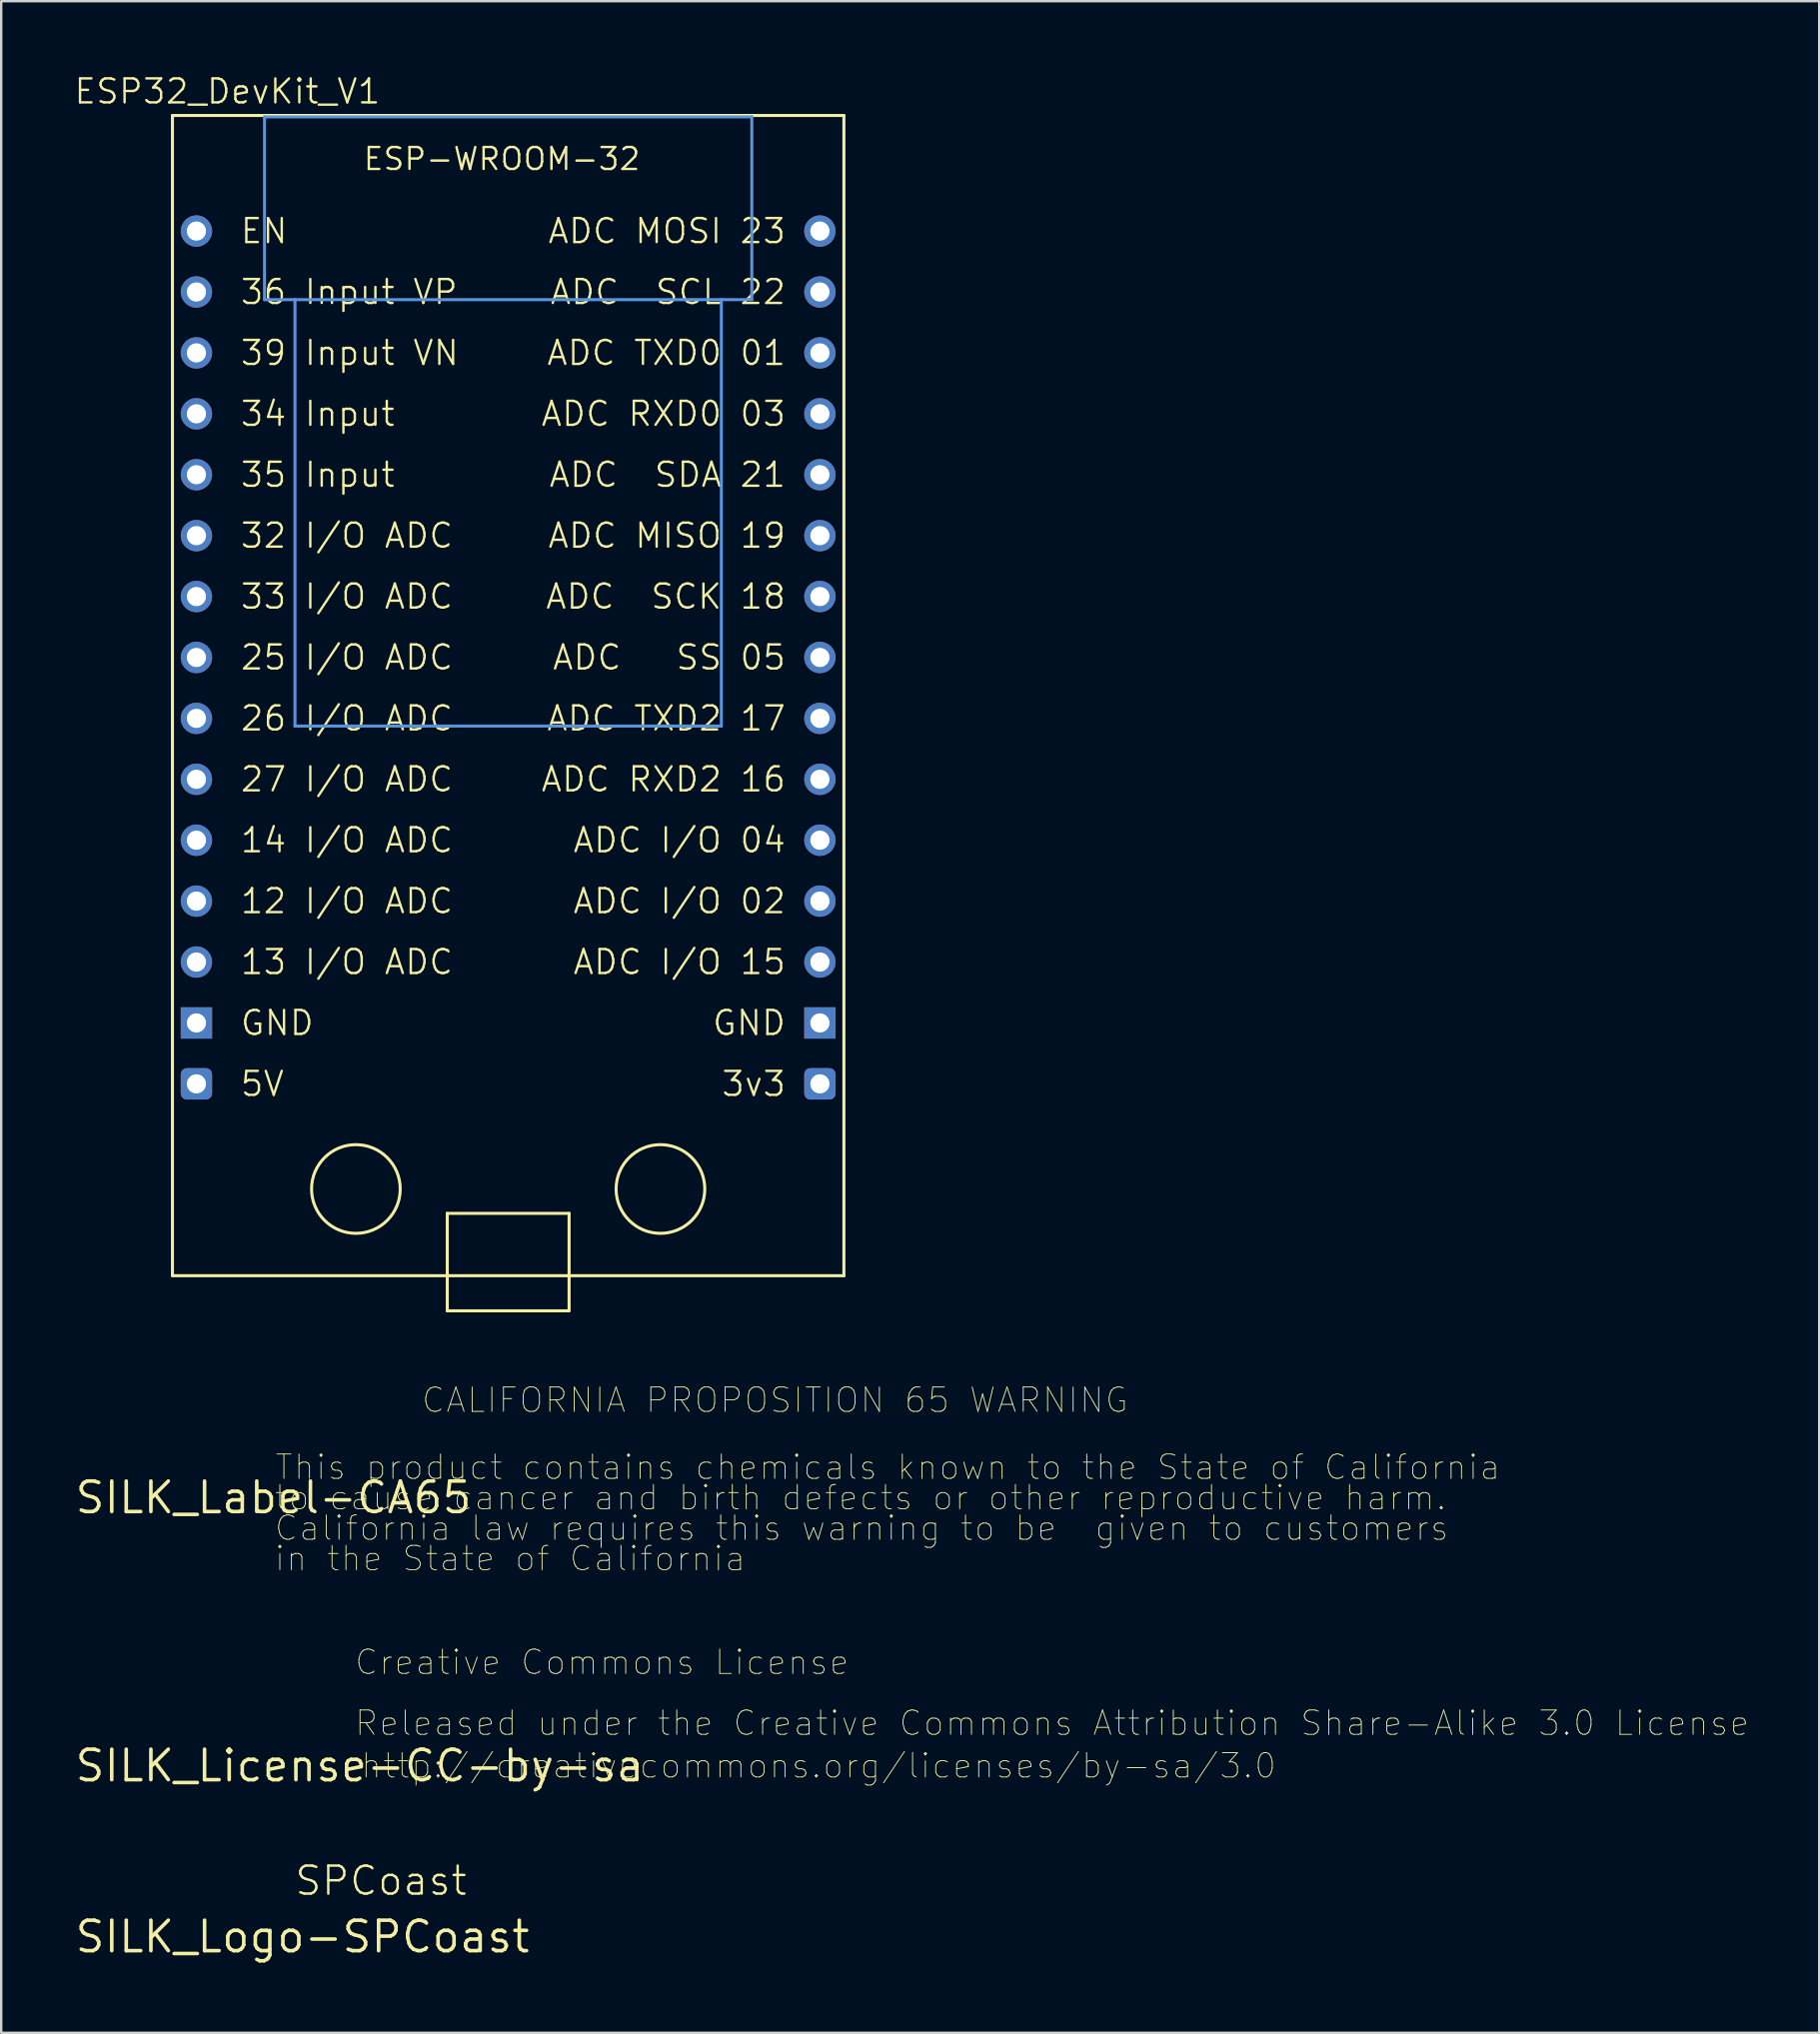
<source format=kicad_pcb>
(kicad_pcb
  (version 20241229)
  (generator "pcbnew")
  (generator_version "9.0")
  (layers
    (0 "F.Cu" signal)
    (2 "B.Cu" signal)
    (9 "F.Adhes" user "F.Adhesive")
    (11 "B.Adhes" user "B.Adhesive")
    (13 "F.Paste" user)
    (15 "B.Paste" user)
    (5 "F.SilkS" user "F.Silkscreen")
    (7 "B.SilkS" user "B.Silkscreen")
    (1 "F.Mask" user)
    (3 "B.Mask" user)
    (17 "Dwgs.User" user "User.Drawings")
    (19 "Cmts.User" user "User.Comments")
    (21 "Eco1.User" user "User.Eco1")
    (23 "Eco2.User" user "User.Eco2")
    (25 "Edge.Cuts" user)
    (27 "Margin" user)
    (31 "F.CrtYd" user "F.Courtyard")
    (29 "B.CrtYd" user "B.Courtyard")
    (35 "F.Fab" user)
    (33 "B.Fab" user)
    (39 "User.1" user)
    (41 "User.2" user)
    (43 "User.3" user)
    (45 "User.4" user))
  (footprint "SILK_License-CC-by-sa"
    (layer "F.Cu")
    (at 11.951 70.578)
    (property "Reference" "SILK_License-CC-by-sa" (at 0 0 0) (layer "F.SilkS") (effects (font (size 1.27 1.27) (thickness 0.15))))
    (fp_text user "http://creativecommons.org/licenses/by-sa/3.0" (at 0 0 0) (unlocked yes) (layer "F.SilkS") (effects (font (size 1.016 1.016) (thickness 0.038)) (justify left)))
    (fp_text user "Released under the Creative Commons Attribution Share-Alike 3.0 License" (at -0.254 -1.778 0) (unlocked yes) (layer "F.SilkS") (effects (font (size 1.016 1.016) (thickness 0.038)) (justify left)))
    (fp_text user "Creative Commons License" (at -0.254 -4.318 0) (unlocked yes) (layer "F.SilkS") (effects (font (size 1.016 1.016) (thickness 0.038)) (justify left))))
  (footprint "SILK_Label-CA65"
    (layer "F.Cu")
    (at 8.353 59.397)
    (property "Reference" "SILK_Label-CA65" (at 0 0 0) (layer "F.SilkS") (effects (font (size 1.27 1.27) (thickness 0.15))))
    (fp_text user "to cause cancer and birth defects or other reproductive harm." (at 0 0 0) (unlocked yes) (layer "F.SilkS") (effects (font (size 1.016 1.016) (thickness 0.038)) (justify left)))
    (fp_text user "in the State of California" (at 0 2.54 0) (unlocked yes) (layer "F.SilkS") (effects (font (size 1.016 1.016) (thickness 0.038)) (justify left)))
    (fp_text user "   CALIFORNIA PROPOSITION 65 WARNING" (at 3.81 -4.064 0) (unlocked yes) (layer "F.SilkS") (effects (font (size 1.016 1.016) (thickness 0.038)) (justify left)))
    (fp_text user "  This product contains chemicals known to the State of California" (at -1.524 -1.27 0) (unlocked yes) (layer "F.SilkS") (effects (font (size 1.016 1.016) (thickness 0.038)) (justify left)))
    (fp_text user "California law requires this warning to be  given to customers" (at 0 1.27 0) (unlocked yes) (layer "F.SilkS") (effects (font (size 1.016 1.016) (thickness 0.038)) (justify left))))
  (footprint "ESP32_DevKit_V1"
    (layer "F.Cu")
    (at 31.049 42.145)
    (property "Reference" "ESP32_DevKit_V1" (at -24.618 -41.384 0) (unlocked yes) (layer "F.SilkS") (effects (font (size 1 1) (thickness 0.1))))
    (attr through_hole)
    (fp_line (start -26.908 -40.38) (end 1.092 -40.38) (stroke (width 0.127) (type solid)) (layer "F.SilkS"))
    (fp_line (start -26.908 8) (end -26.908 -40.38) (stroke (width 0.127) (type solid)) (layer "F.SilkS"))
    (fp_line (start -15.448 5.4) (end -10.368 5.4) (stroke (width 0.127) (type solid)) (layer "F.SilkS"))
    (fp_line (start -15.448 9.464) (end -15.448 5.4) (stroke (width 0.127) (type solid)) (layer "F.SilkS"))
    (fp_line (start -10.368 5.4) (end -10.368 9.464) (stroke (width 0.127) (type solid)) (layer "F.SilkS"))
    (fp_line (start -10.368 9.464) (end -15.448 9.464) (stroke (width 0.127) (type solid)) (layer "F.SilkS"))
    (fp_line (start 1.092 -40.38) (end 1.092 8) (stroke (width 0.127) (type solid)) (layer "F.SilkS"))
    (fp_line (start 1.092 8) (end -26.908 8) (stroke (width 0.127) (type solid)) (layer "F.SilkS"))
    (fp_circle (center -19.258 4.384) (end -17.409 4.384) (stroke (width 0.127) (type solid)) (fill no) (layer "F.SilkS"))
    (fp_circle (center -6.558 4.384) (end -4.709 4.384) (stroke (width 0.127) (type solid)) (fill no) (layer "F.SilkS"))
    (fp_line (start -23.068 -40.32) (end -2.748 -40.32) (stroke (width 0.127) (type solid)) (layer "Cmts.User"))
    (fp_line (start -23.068 -32.7) (end -23.068 -40.32) (stroke (width 0.127) (type solid)) (layer "Cmts.User"))
    (fp_line (start -21.798 -32.7) (end -23.068 -32.7) (stroke (width 0.127) (type solid)) (layer "Cmts.User"))
    (fp_line (start -21.798 -32.7) (end -4.018 -32.7) (stroke (width 0.127) (type solid)) (layer "Cmts.User"))
    (fp_line (start -21.798 -14.92) (end -21.798 -32.7) (stroke (width 0.127) (type solid)) (layer "Cmts.User"))
    (fp_line (start -4.018 -32.7) (end -4.018 -14.92) (stroke (width 0.127) (type solid)) (layer "Cmts.User"))
    (fp_line (start -4.018 -14.92) (end -21.798 -14.92) (stroke (width 0.127) (type solid)) (layer "Cmts.User"))
    (fp_line (start -2.748 -40.32) (end -2.748 -32.7) (stroke (width 0.127) (type solid)) (layer "Cmts.User"))
    (fp_line (start -2.748 -32.7) (end -4.018 -32.7) (stroke (width 0.127) (type solid)) (layer "Cmts.User"))
    (fp_text user "33 I/O ADC" (at -24.13 -20.32 0) (unlocked yes) (layer "F.SilkS") (effects (font (size 1 1) (thickness 0.1)) (justify left)))
    (fp_text user "ADC  SDA 21" (at -1.27 -25.4 0) (unlocked yes) (layer "F.SilkS") (effects (font (size 1 1) (thickness 0.1)) (justify right)))
    (fp_text user "ADC RXD0 03" (at -1.27 -27.94 0) (unlocked yes) (layer "F.SilkS") (effects (font (size 1 1) (thickness 0.1)) (justify right)))
    (fp_text user "39 Input VN" (at -24.13 -30.48 0) (unlocked yes) (layer "F.SilkS") (effects (font (size 1 1) (thickness 0.1)) (justify left)))
    (fp_text user "14 I/O ADC" (at -24.13 -10.16 0) (unlocked yes) (layer "F.SilkS") (effects (font (size 1 1) (thickness 0.1)) (justify left)))
    (fp_text user "27 I/O ADC" (at -24.13 -12.7 0) (unlocked yes) (layer "F.SilkS") (effects (font (size 1 1) (thickness 0.1)) (justify left)))
    (fp_text user "13 I/O ADC" (at -24.13 -5.08 0) (unlocked yes) (layer "F.SilkS") (effects (font (size 1 1) (thickness 0.1)) (justify left)))
    (fp_text user "GND" (at -1.27 -2.54 0) (unlocked yes) (layer "F.SilkS") (effects (font (size 1 1) (thickness 0.1)) (justify right)))
    (fp_text user "3v3" (at -1.27 0 0) (unlocked yes) (layer "F.SilkS") (effects (font (size 1 1) (thickness 0.1)) (justify right)))
    (fp_text user "ADC I/O 15" (at -1.27 -5.08 0) (unlocked yes) (layer "F.SilkS") (effects (font (size 1 1) (thickness 0.1)) (justify right)))
    (fp_text user "ADC RXD2 16" (at -1.27 -12.7 0) (unlocked yes) (layer "F.SilkS") (effects (font (size 1 1) (thickness 0.1)) (justify right)))
    (fp_text user "EN" (at -24.13 -35.56 0) (unlocked yes) (layer "F.SilkS") (effects (font (size 1 1) (thickness 0.1)) (justify left)))
    (fp_text user "12 I/O ADC" (at -24.13 -7.62 0) (unlocked yes) (layer "F.SilkS") (effects (font (size 1 1) (thickness 0.1)) (justify left)))
    (fp_text user "5V" (at -24.13 0 0) (unlocked yes) (layer "F.SilkS") (effects (font (size 1 1) (thickness 0.1)) (justify left)))
    (fp_text user "ADC MOSI 23" (at -1.27 -35.56 0) (unlocked yes) (layer "F.SilkS") (effects (font (size 1 1) (thickness 0.1)) (justify right)))
    (fp_text user "ADC I/O 02" (at -1.27 -7.62 0) (unlocked yes) (layer "F.SilkS") (effects (font (size 1 1) (thickness 0.1)) (justify right)))
    (fp_text user "ADC TXD2 17" (at -1.27 -15.24 0) (unlocked yes) (layer "F.SilkS") (effects (font (size 1 1) (thickness 0.1)) (justify right)))
    (fp_text user "ADC  SCL 22" (at -1.27 -33.02 0) (unlocked yes) (layer "F.SilkS") (effects (font (size 1 1) (thickness 0.1)) (justify right)))
    (fp_text user "ADC I/O 04" (at -1.27 -10.16 0) (unlocked yes) (layer "F.SilkS") (effects (font (size 1 1) (thickness 0.1)) (justify right)))
    (fp_text user "35 Input" (at -24.13 -25.4 0) (unlocked yes) (layer "F.SilkS") (effects (font (size 1 1) (thickness 0.1)) (justify left)))
    (fp_text user "ADC TXD0 01" (at -1.27 -30.48 0) (unlocked yes) (layer "F.SilkS") (effects (font (size 1 1) (thickness 0.1)) (justify right)))
    (fp_text user "ADC  SCK 18" (at -1.27 -20.32 0) (unlocked yes) (layer "F.SilkS") (effects (font (size 1 1) (thickness 0.1)) (justify right)))
    (fp_text user "25 I/O ADC" (at -24.13 -17.78 0) (unlocked yes) (layer "F.SilkS") (effects (font (size 1 1) (thickness 0.1)) (justify left)))
    (fp_text user "36 Input VP" (at -24.13 -33.02 0) (unlocked yes) (layer "F.SilkS") (effects (font (size 1 1) (thickness 0.1)) (justify left)))
    (fp_text user "26 I/O ADC" (at -24.13 -15.24 0) (unlocked yes) (layer "F.SilkS") (effects (font (size 1 1) (thickness 0.1)) (justify left)))
    (fp_text user "ESP-WROOM-32" (at -19.004 -38.034 0) (unlocked yes) (layer "F.SilkS") (effects (font (size 0.914 0.914) (thickness 0.102)) (justify left bottom)))
    (fp_text user "ADC MISO 19" (at -1.27 -22.86 0) (unlocked yes) (layer "F.SilkS") (effects (font (size 1 1) (thickness 0.1)) (justify right)))
    (fp_text user "34 Input" (at -24.13 -27.94 0) (unlocked yes) (layer "F.SilkS") (effects (font (size 1 1) (thickness 0.1)) (justify left)))
    (fp_text user "32 I/O ADC" (at -24.13 -22.86 0) (unlocked yes) (layer "F.SilkS") (effects (font (size 1 1) (thickness 0.1)) (justify left)))
    (fp_text user "GND" (at -24.13 -2.54 0) (unlocked yes) (layer "F.SilkS") (effects (font (size 1 1) (thickness 0.1)) (justify left)))
    (fp_text user "ADC   SS 05" (at -1.27 -17.78 0) (unlocked yes) (layer "F.SilkS") (effects (font (size 1 1) (thickness 0.1)) (justify right)))
    (pad "3V3" thru_hole roundrect (at 0.092 0) (size 1.308 1.308) (drill 0.8) (layers "*.Cu" "*.Mask") (roundrect_rratio 0.191))
    (pad "5V" thru_hole roundrect (at -25.908 0) (size 1.308 1.308) (drill 0.8) (layers "*.Cu" "*.Mask") (roundrect_rratio 0.191))
    (pad "EN" thru_hole circle (at -25.908 -35.56) (size 1.308 1.308) (drill 0.8) (layers "*.Cu" "*.Mask"))
    (pad "GND" thru_hole rect (at -25.908 -2.54) (size 1.308 1.308) (drill 0.8) (layers "*.Cu" "*.Mask"))
    (pad "GND@1" thru_hole rect (at 0.092 -2.54) (size 1.308 1.308) (drill 0.8) (layers "*.Cu" "*.Mask"))
    (pad "IO2" thru_hole circle (at 0.092 -7.62) (size 1.308 1.308) (drill 0.8) (layers "*.Cu" "*.Mask"))
    (pad "IO4" thru_hole circle (at 0.092 -10.16) (size 1.308 1.308) (drill 0.8) (layers "*.Cu" "*.Mask"))
    (pad "IO5" thru_hole circle (at 0.092 -17.78) (size 1.308 1.308) (drill 0.8) (layers "*.Cu" "*.Mask"))
    (pad "IO12" thru_hole circle (at -25.908 -7.62) (size 1.308 1.308) (drill 0.8) (layers "*.Cu" "*.Mask"))
    (pad "IO13" thru_hole circle (at -25.908 -5.08) (size 1.308 1.308) (drill 0.8) (layers "*.Cu" "*.Mask"))
    (pad "IO14" thru_hole circle (at -25.908 -10.16) (size 1.308 1.308) (drill 0.8) (layers "*.Cu" "*.Mask"))
    (pad "IO15" thru_hole circle (at 0.092 -5.08) (size 1.308 1.308) (drill 0.8) (layers "*.Cu" "*.Mask"))
    (pad "IO18" thru_hole circle (at 0.092 -20.32) (size 1.308 1.308) (drill 0.8) (layers "*.Cu" "*.Mask"))
    (pad "IO19" thru_hole circle (at 0.092 -22.86) (size 1.308 1.308) (drill 0.8) (layers "*.Cu" "*.Mask"))
    (pad "IO23" thru_hole circle (at 0.092 -35.56) (size 1.308 1.308) (drill 0.8) (layers "*.Cu" "*.Mask"))
    (pad "IO25" thru_hole circle (at -25.908 -17.78) (size 1.308 1.308) (drill 0.8) (layers "*.Cu" "*.Mask"))
    (pad "IO26" thru_hole circle (at -25.908 -15.24) (size 1.308 1.308) (drill 0.8) (layers "*.Cu" "*.Mask"))
    (pad "IO27" thru_hole circle (at -25.908 -12.7) (size 1.308 1.308) (drill 0.8) (layers "*.Cu" "*.Mask"))
    (pad "IO32" thru_hole circle (at -25.908 -22.86) (size 1.308 1.308) (drill 0.8) (layers "*.Cu" "*.Mask"))
    (pad "IO33" thru_hole circle (at -25.908 -20.32) (size 1.308 1.308) (drill 0.8) (layers "*.Cu" "*.Mask"))
    (pad "IO34" thru_hole circle (at -25.908 -27.94) (size 1.308 1.308) (drill 0.8) (layers "*.Cu" "*.Mask"))
    (pad "IO35" thru_hole circle (at -25.908 -25.4) (size 1.308 1.308) (drill 0.8) (layers "*.Cu" "*.Mask"))
    (pad "IO36" thru_hole circle (at -25.908 -33.02) (size 1.308 1.308) (drill 0.8) (layers "*.Cu" "*.Mask"))
    (pad "IO39" thru_hole circle (at -25.908 -30.48) (size 1.308 1.308) (drill 0.8) (layers "*.Cu" "*.Mask"))
    (pad "RX1" thru_hole circle (at 0.092 -27.94) (size 1.308 1.308) (drill 0.8) (layers "*.Cu" "*.Mask"))
    (pad "RX2" thru_hole circle (at 0.092 -12.7) (size 1.308 1.308) (drill 0.8) (layers "*.Cu" "*.Mask"))
    (pad "SCL" thru_hole circle (at 0.092 -33.02) (size 1.308 1.308) (drill 0.8) (layers "*.Cu" "*.Mask"))
    (pad "SDA" thru_hole circle (at 0.092 -25.4) (size 1.308 1.308) (drill 0.8) (layers "*.Cu" "*.Mask"))
    (pad "TX1" thru_hole circle (at 0.092 -30.48) (size 1.308 1.308) (drill 0.8) (layers "*.Cu" "*.Mask"))
    (pad "TX2" thru_hole circle (at 0.092 -15.24) (size 1.308 1.308) (drill 0.8) (layers "*.Cu" "*.Mask")))
  (footprint "SILK_Logo-SPCoast"
    (layer "F.Cu")
    (at 9.309 76.184)
    (property "Reference" "SILK_Logo-SPCoast" (at 0.254 1.524 0) (layer "F.SilkS") (effects (font (size 1.27 1.27) (thickness 0.15))))
    (attr exclude_from_pos_files exclude_from_bom allow_missing_courtyard dnp)
    (fp_text user "SPCoast" (at -0.127 -0.127 0) (unlocked yes) (layer "F.SilkS") (effects (font (size 1.168 1.168) (thickness 0.102)) (justify left bottom))))
  (gr_rect
    (start -3 -3)
    (end 72.811 81.714)
    (stroke (width 0.1) (type default))
    (fill no)
    (layer "Edge.Cuts")))
</source>
